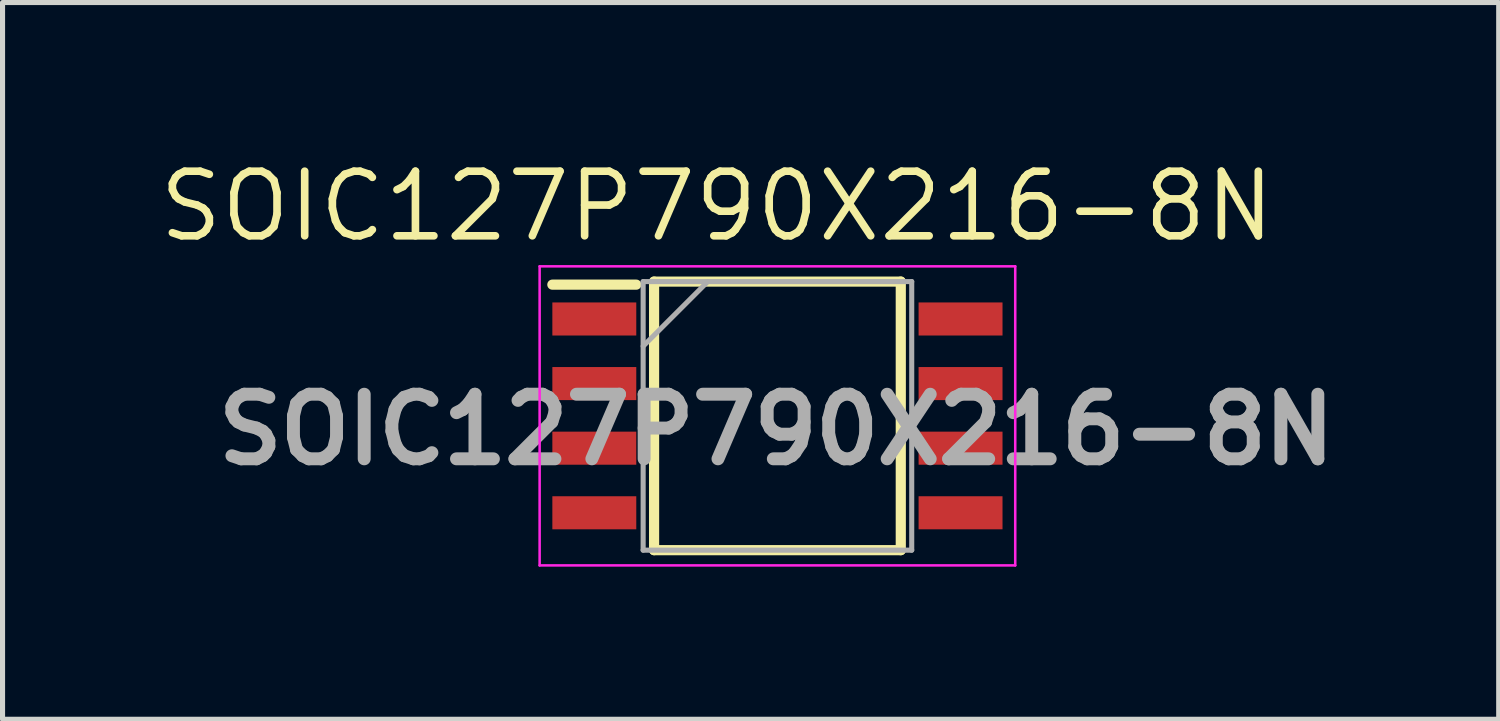
<source format=kicad_pcb>
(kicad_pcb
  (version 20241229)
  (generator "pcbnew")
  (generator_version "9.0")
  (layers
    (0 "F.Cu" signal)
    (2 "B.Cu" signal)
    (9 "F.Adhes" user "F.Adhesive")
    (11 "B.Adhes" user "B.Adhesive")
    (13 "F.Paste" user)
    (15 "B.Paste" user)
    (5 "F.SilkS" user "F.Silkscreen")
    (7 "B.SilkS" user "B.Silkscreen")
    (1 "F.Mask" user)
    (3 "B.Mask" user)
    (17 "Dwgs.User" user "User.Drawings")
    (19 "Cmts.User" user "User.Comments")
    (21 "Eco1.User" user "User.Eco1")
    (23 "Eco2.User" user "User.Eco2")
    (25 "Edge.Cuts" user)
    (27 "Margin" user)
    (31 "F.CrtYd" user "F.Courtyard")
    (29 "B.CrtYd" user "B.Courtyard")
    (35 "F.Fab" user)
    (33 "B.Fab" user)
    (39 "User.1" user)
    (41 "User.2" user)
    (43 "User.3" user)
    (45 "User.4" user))
  (footprint "SOIC127P790X216-8N"
    (layer "F.Cu")
    (at 12.234 5.126)
    (property "Reference" "SOIC127P790X216-8N" (at -1.19 -4.12 0) (layer "F.SilkS") (effects (font (size 1.27 1.27) (thickness 0.15))))
    (attr smd)
    (fp_line (start -4.425 -2.58) (end -2.775 -2.58) (stroke (width 0.2) (type solid)) (layer "F.SilkS"))
    (fp_line (start -2.425 -2.64) (end 2.425 -2.64) (stroke (width 0.2) (type solid)) (layer "F.SilkS"))
    (fp_line (start -2.425 2.64) (end -2.425 -2.64) (stroke (width 0.2) (type solid)) (layer "F.SilkS"))
    (fp_line (start 2.425 -2.64) (end 2.425 2.64) (stroke (width 0.2) (type solid)) (layer "F.SilkS"))
    (fp_line (start 2.425 2.64) (end -2.425 2.64) (stroke (width 0.2) (type solid)) (layer "F.SilkS"))
    (fp_line (start -4.675 -2.94) (end 4.675 -2.94) (stroke (width 0.05) (type solid)) (layer "F.CrtYd"))
    (fp_line (start -4.675 2.94) (end -4.675 -2.94) (stroke (width 0.05) (type solid)) (layer "F.CrtYd"))
    (fp_line (start 4.675 -2.94) (end 4.675 2.94) (stroke (width 0.05) (type solid)) (layer "F.CrtYd"))
    (fp_line (start 4.675 2.94) (end -4.675 2.94) (stroke (width 0.05) (type solid)) (layer "F.CrtYd"))
    (fp_line (start -2.64 -2.64) (end 2.64 -2.64) (stroke (width 0.1) (type solid)) (layer "F.Fab"))
    (fp_line (start -2.64 -1.37) (end -1.37 -2.64) (stroke (width 0.1) (type solid)) (layer "F.Fab"))
    (fp_line (start -2.64 2.64) (end -2.64 -2.64) (stroke (width 0.1) (type solid)) (layer "F.Fab"))
    (fp_line (start 2.64 -2.64) (end 2.64 2.64) (stroke (width 0.1) (type solid)) (layer "F.Fab"))
    (fp_line (start 2.64 2.64) (end -2.64 2.64) (stroke (width 0.1) (type solid)) (layer "F.Fab"))
    (fp_text user "${REFERENCE}" (at -0.02 0.27 0) (layer "F.Fab") (effects (font (size 1.27 1.27) (thickness 0.254))))
    (pad "1" smd rect (at -3.6 -1.905 90) (size 0.65 1.65) (layers "F.Cu" "F.Mask" "F.Paste"))
    (pad "2" smd rect (at -3.6 -0.635 90) (size 0.65 1.65) (layers "F.Cu" "F.Mask" "F.Paste"))
    (pad "3" smd rect (at -3.6 0.635 90) (size 0.65 1.65) (layers "F.Cu" "F.Mask" "F.Paste"))
    (pad "4" smd rect (at -3.6 1.905 90) (size 0.65 1.65) (layers "F.Cu" "F.Mask" "F.Paste"))
    (pad "5" smd rect (at 3.6 1.905 90) (size 0.65 1.65) (layers "F.Cu" "F.Mask" "F.Paste"))
    (pad "6" smd rect (at 3.6 0.635 90) (size 0.65 1.65) (layers "F.Cu" "F.Mask" "F.Paste"))
    (pad "7" smd rect (at 3.6 -0.635 90) (size 0.65 1.65) (layers "F.Cu" "F.Mask" "F.Paste"))
    (pad "8" smd rect (at 3.6 -1.905 90) (size 0.65 1.65) (layers "F.Cu" "F.Mask" "F.Paste")))
  (gr_rect
    (start -3 -3)
    (end 26.414 11.091)
    (stroke (width 0.1) (type default))
    (fill no)
    (layer "Edge.Cuts")))
</source>
